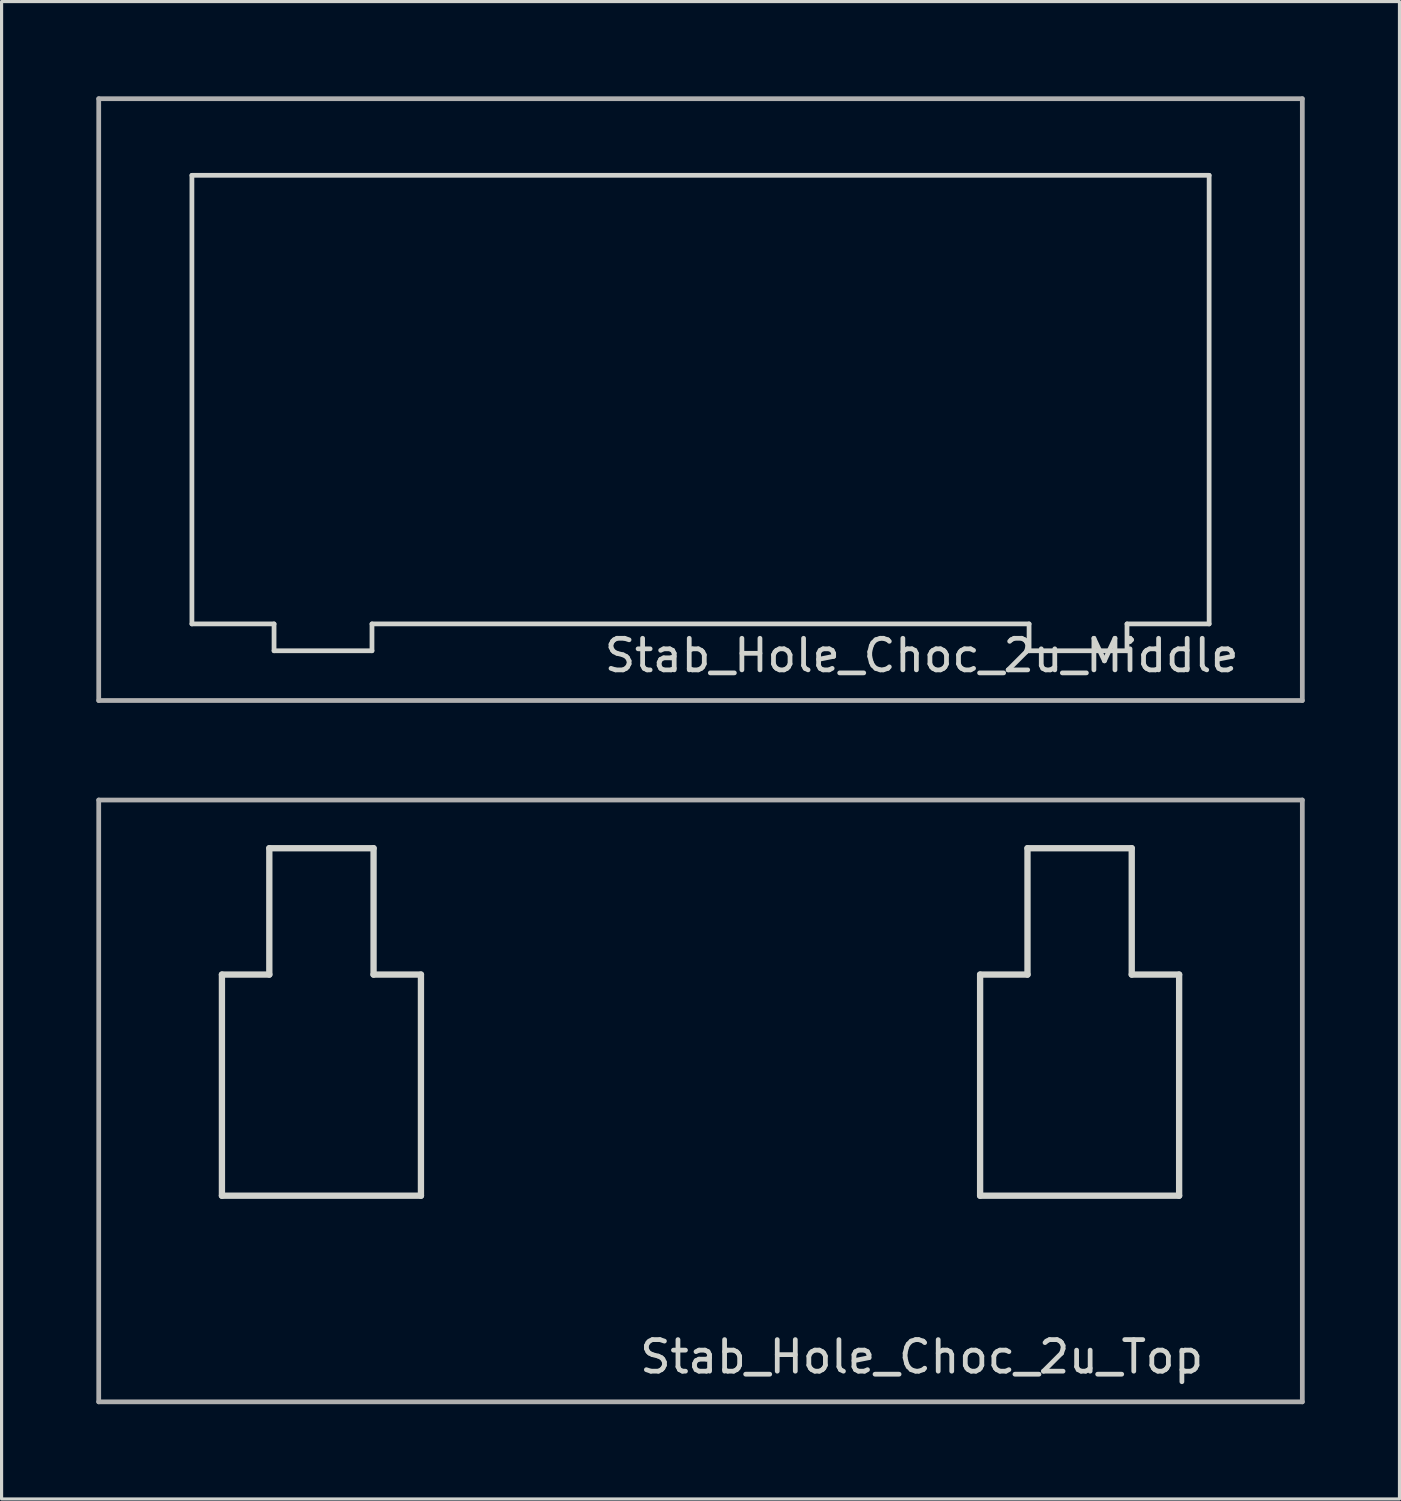
<source format=kicad_pcb>
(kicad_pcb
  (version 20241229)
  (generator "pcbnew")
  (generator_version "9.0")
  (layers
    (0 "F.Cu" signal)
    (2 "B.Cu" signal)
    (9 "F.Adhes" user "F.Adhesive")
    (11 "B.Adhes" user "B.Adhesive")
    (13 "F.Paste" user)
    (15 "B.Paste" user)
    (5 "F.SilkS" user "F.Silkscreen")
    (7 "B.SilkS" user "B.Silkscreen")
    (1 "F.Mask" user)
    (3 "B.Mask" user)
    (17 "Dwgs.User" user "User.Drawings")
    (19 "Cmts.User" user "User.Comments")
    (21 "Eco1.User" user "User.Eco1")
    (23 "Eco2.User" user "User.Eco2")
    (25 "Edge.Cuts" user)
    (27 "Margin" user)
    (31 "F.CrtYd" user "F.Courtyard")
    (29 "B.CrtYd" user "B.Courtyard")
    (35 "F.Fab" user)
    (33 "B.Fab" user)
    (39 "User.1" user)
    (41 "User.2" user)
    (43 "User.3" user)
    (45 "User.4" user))
  (footprint "Stab_Hole_Choc_2u_Middle"
    (layer "F.Cu")
    (at 19.125 9.6)
    (property "Reference" "Stab_Hole_Choc_2u_Middle" (at 7 8.1 0) (layer "Edge.Cuts") (effects (font (size 1 1) (thickness 0.15))))
    (attr through_hole)
    (fp_line (start -16.1 -7.1) (end 16.1 -7.1) (stroke (width 0.15) (type solid)) (layer "Edge.Cuts"))
    (fp_line (start -16.1 7.1) (end -16.1 -7.1) (stroke (width 0.15) (type solid)) (layer "Edge.Cuts"))
    (fp_line (start -13.5 7.1) (end -16.1 7.1) (stroke (width 0.15) (type solid)) (layer "Edge.Cuts"))
    (fp_line (start -13.5 7.1) (end -13.5 7.95) (stroke (width 0.15) (type solid)) (layer "Edge.Cuts"))
    (fp_line (start -13.5 7.95) (end -10.4 7.95) (stroke (width 0.15) (type solid)) (layer "Edge.Cuts"))
    (fp_line (start -10.4 7.1) (end -10.4 7.95) (stroke (width 0.15) (type solid)) (layer "Edge.Cuts"))
    (fp_line (start 10.4 7.1) (end -10.4 7.1) (stroke (width 0.15) (type solid)) (layer "Edge.Cuts"))
    (fp_line (start 10.4 7.1) (end 10.4 7.95) (stroke (width 0.15) (type solid)) (layer "Edge.Cuts"))
    (fp_line (start 10.4 7.95) (end 13.5 7.95) (stroke (width 0.15) (type solid)) (layer "Edge.Cuts"))
    (fp_line (start 13.5 7.1) (end 13.5 7.95) (stroke (width 0.15) (type solid)) (layer "Edge.Cuts"))
    (fp_line (start 16.1 -7.1) (end 16.1 7.1) (stroke (width 0.15) (type solid)) (layer "Edge.Cuts"))
    (fp_line (start 16.1 7.1) (end 13.5 7.1) (stroke (width 0.15) (type solid)) (layer "Edge.Cuts"))
    (fp_line (start -19.05 -9.525) (end -19.05 9.525) (stroke (width 0.15) (type solid)) (layer "F.Fab"))
    (fp_line (start -19.05 9.525) (end 19.05 9.525) (stroke (width 0.15) (type solid)) (layer "F.Fab"))
    (fp_line (start 19.05 -9.525) (end -19.05 -9.525) (stroke (width 0.15) (type solid)) (layer "F.Fab"))
    (fp_line (start 19.05 9.525) (end 19.05 -9.525) (stroke (width 0.15) (type solid)) (layer "F.Fab")))
  (footprint "Stab_Hole_Choc_2u_Top"
    (layer "F.Cu")
    (at 19.125 31.8)
    (property "Reference" "Stab_Hole_Choc_2u_Top" (at 7 8.1 0) (layer "Edge.Cuts") (effects (font (size 1 1) (thickness 0.15))))
    (attr through_hole)
    (fp_line (start -15.15 -4) (end -15.15 3) (stroke (width 0.2) (type solid)) (layer "Edge.Cuts"))
    (fp_line (start -13.65 -8) (end -13.65 -4) (stroke (width 0.2) (type solid)) (layer "Edge.Cuts"))
    (fp_line (start -13.65 -8) (end -10.35 -8) (stroke (width 0.2) (type solid)) (layer "Edge.Cuts"))
    (fp_line (start -13.65 -4) (end -15.15 -4) (stroke (width 0.2) (type solid)) (layer "Edge.Cuts"))
    (fp_line (start -10.35 -8) (end -10.35 -4) (stroke (width 0.2) (type solid)) (layer "Edge.Cuts"))
    (fp_line (start -10.35 -4) (end -8.85 -4) (stroke (width 0.2) (type solid)) (layer "Edge.Cuts"))
    (fp_line (start -8.85 -4) (end -8.85 3) (stroke (width 0.2) (type solid)) (layer "Edge.Cuts"))
    (fp_line (start -8.85 3) (end -15.15 3) (stroke (width 0.2) (type solid)) (layer "Edge.Cuts"))
    (fp_line (start 8.85 -4) (end 8.85 3) (stroke (width 0.2) (type solid)) (layer "Edge.Cuts"))
    (fp_line (start 10.35 -8) (end 10.35 -4) (stroke (width 0.2) (type solid)) (layer "Edge.Cuts"))
    (fp_line (start 10.35 -8) (end 13.65 -8) (stroke (width 0.2) (type solid)) (layer "Edge.Cuts"))
    (fp_line (start 10.35 -4) (end 8.85 -4) (stroke (width 0.2) (type solid)) (layer "Edge.Cuts"))
    (fp_line (start 13.65 -8) (end 13.65 -4) (stroke (width 0.2) (type solid)) (layer "Edge.Cuts"))
    (fp_line (start 13.65 -4) (end 15.15 -4) (stroke (width 0.2) (type solid)) (layer "Edge.Cuts"))
    (fp_line (start 15.15 -4) (end 15.15 3) (stroke (width 0.2) (type solid)) (layer "Edge.Cuts"))
    (fp_line (start 15.15 3) (end 8.85 3) (stroke (width 0.2) (type solid)) (layer "Edge.Cuts"))
    (fp_line (start -19.05 -9.525) (end -19.05 9.525) (stroke (width 0.15) (type solid)) (layer "F.Fab"))
    (fp_line (start -19.05 9.525) (end 19.05 9.525) (stroke (width 0.15) (type solid)) (layer "F.Fab"))
    (fp_line (start 19.05 -9.525) (end -19.05 -9.525) (stroke (width 0.15) (type solid)) (layer "F.Fab"))
    (fp_line (start 19.05 9.525) (end 19.05 -9.525) (stroke (width 0.15) (type solid)) (layer "F.Fab")))
  (gr_rect
    (start -3 -3)
    (end 41.25 44.4)
    (stroke (width 0.1) (type default))
    (fill no)
    (layer "Edge.Cuts")))
</source>
